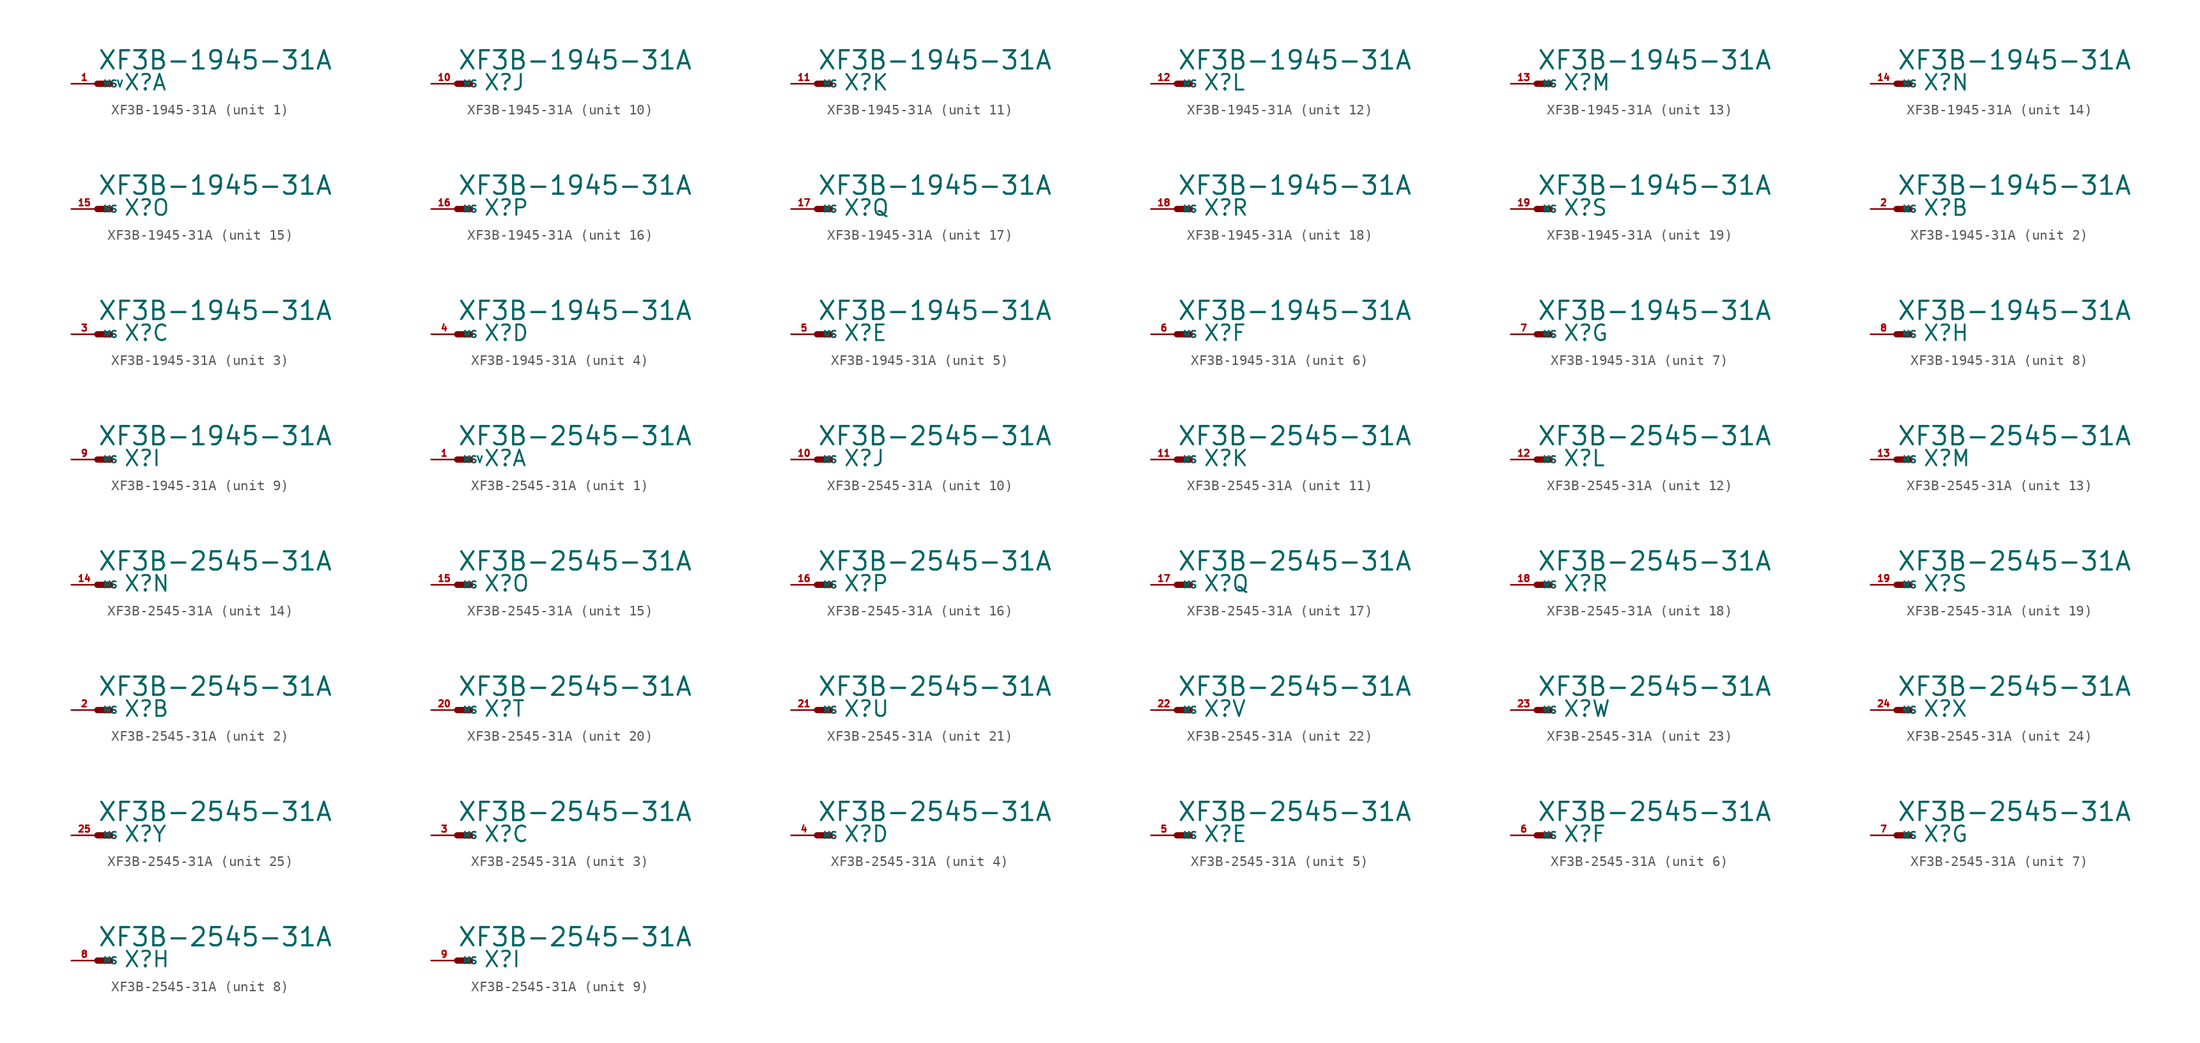
<source format=kicad_sym>
(kicad_symbol_lib
  (version 20220914)
  (generator Eagle2Kicad)
  (symbol "XF3B-1945-31A"
    (property "Reference" "X"
      (at 2.54 -0.762 0)
      (effects (font (size 1.524 1.524) (thickness 0.19)) (justify left bottom)))
    (property "Value" "XF3B-1945-31A"
      (at 0 1.27 0)
      (effects (font (size 1.778 1.778) (thickness 0.22)) (justify left bottom)))
    (symbol "XF3B-1945-31A_1_0"
      (polyline (pts (xy 0 0) (xy 1.27 0)) (stroke (width 0.61) (type default)) (fill (type none)))
      (pin passive line (at -2.54 0 0) (length 2.54) (name "MSV" (effects (font (size 0.635 0.635) (thickness 0.08)) (justify left bottom))) (number "1" (effects (font (size 0.635 0.635) (thickness 0.08)) (justify left bottom)))))
    (symbol "XF3B-1945-31A_2_0"
      (polyline (pts (xy 0 0) (xy 1.27 0)) (stroke (width 0.61) (type default)) (fill (type none)))
      (pin passive line (at -2.54 0 0) (length 2.54) (name "MS" (effects (font (size 0.635 0.635) (thickness 0.08)) (justify left bottom))) (number "2" (effects (font (size 0.635 0.635) (thickness 0.08)) (justify left bottom)))))
    (symbol "XF3B-1945-31A_3_0"
      (polyline (pts (xy 0 0) (xy 1.27 0)) (stroke (width 0.61) (type default)) (fill (type none)))
      (pin passive line (at -2.54 0 0) (length 2.54) (name "MS" (effects (font (size 0.635 0.635) (thickness 0.08)) (justify left bottom))) (number "3" (effects (font (size 0.635 0.635) (thickness 0.08)) (justify left bottom)))))
    (symbol "XF3B-1945-31A_4_0"
      (polyline (pts (xy 0 0) (xy 1.27 0)) (stroke (width 0.61) (type default)) (fill (type none)))
      (pin passive line (at -2.54 0 0) (length 2.54) (name "MS" (effects (font (size 0.635 0.635) (thickness 0.08)) (justify left bottom))) (number "4" (effects (font (size 0.635 0.635) (thickness 0.08)) (justify left bottom)))))
    (symbol "XF3B-1945-31A_5_0"
      (polyline (pts (xy 0 0) (xy 1.27 0)) (stroke (width 0.61) (type default)) (fill (type none)))
      (pin passive line (at -2.54 0 0) (length 2.54) (name "MS" (effects (font (size 0.635 0.635) (thickness 0.08)) (justify left bottom))) (number "5" (effects (font (size 0.635 0.635) (thickness 0.08)) (justify left bottom)))))
    (symbol "XF3B-1945-31A_6_0"
      (polyline (pts (xy 0 0) (xy 1.27 0)) (stroke (width 0.61) (type default)) (fill (type none)))
      (pin passive line (at -2.54 0 0) (length 2.54) (name "MS" (effects (font (size 0.635 0.635) (thickness 0.08)) (justify left bottom))) (number "6" (effects (font (size 0.635 0.635) (thickness 0.08)) (justify left bottom)))))
    (symbol "XF3B-1945-31A_7_0"
      (polyline (pts (xy 0 0) (xy 1.27 0)) (stroke (width 0.61) (type default)) (fill (type none)))
      (pin passive line (at -2.54 0 0) (length 2.54) (name "MS" (effects (font (size 0.635 0.635) (thickness 0.08)) (justify left bottom))) (number "7" (effects (font (size 0.635 0.635) (thickness 0.08)) (justify left bottom)))))
    (symbol "XF3B-1945-31A_8_0"
      (polyline (pts (xy 0 0) (xy 1.27 0)) (stroke (width 0.61) (type default)) (fill (type none)))
      (pin passive line (at -2.54 0 0) (length 2.54) (name "MS" (effects (font (size 0.635 0.635) (thickness 0.08)) (justify left bottom))) (number "8" (effects (font (size 0.635 0.635) (thickness 0.08)) (justify left bottom)))))
    (symbol "XF3B-1945-31A_9_0"
      (polyline (pts (xy 0 0) (xy 1.27 0)) (stroke (width 0.61) (type default)) (fill (type none)))
      (pin passive line (at -2.54 0 0) (length 2.54) (name "MS" (effects (font (size 0.635 0.635) (thickness 0.08)) (justify left bottom))) (number "9" (effects (font (size 0.635 0.635) (thickness 0.08)) (justify left bottom)))))
    (symbol "XF3B-1945-31A_10_0"
      (polyline (pts (xy 0 0) (xy 1.27 0)) (stroke (width 0.61) (type default)) (fill (type none)))
      (pin passive line (at -2.54 0 0) (length 2.54) (name "MS" (effects (font (size 0.635 0.635) (thickness 0.08)) (justify left bottom))) (number "10" (effects (font (size 0.635 0.635) (thickness 0.08)) (justify left bottom)))))
    (symbol "XF3B-1945-31A_11_0"
      (polyline (pts (xy 0 0) (xy 1.27 0)) (stroke (width 0.61) (type default)) (fill (type none)))
      (pin passive line (at -2.54 0 0) (length 2.54) (name "MS" (effects (font (size 0.635 0.635) (thickness 0.08)) (justify left bottom))) (number "11" (effects (font (size 0.635 0.635) (thickness 0.08)) (justify left bottom)))))
    (symbol "XF3B-1945-31A_12_0"
      (polyline (pts (xy 0 0) (xy 1.27 0)) (stroke (width 0.61) (type default)) (fill (type none)))
      (pin passive line (at -2.54 0 0) (length 2.54) (name "MS" (effects (font (size 0.635 0.635) (thickness 0.08)) (justify left bottom))) (number "12" (effects (font (size 0.635 0.635) (thickness 0.08)) (justify left bottom)))))
    (symbol "XF3B-1945-31A_13_0"
      (polyline (pts (xy 0 0) (xy 1.27 0)) (stroke (width 0.61) (type default)) (fill (type none)))
      (pin passive line (at -2.54 0 0) (length 2.54) (name "MS" (effects (font (size 0.635 0.635) (thickness 0.08)) (justify left bottom))) (number "13" (effects (font (size 0.635 0.635) (thickness 0.08)) (justify left bottom)))))
    (symbol "XF3B-1945-31A_14_0"
      (polyline (pts (xy 0 0) (xy 1.27 0)) (stroke (width 0.61) (type default)) (fill (type none)))
      (pin passive line (at -2.54 0 0) (length 2.54) (name "MS" (effects (font (size 0.635 0.635) (thickness 0.08)) (justify left bottom))) (number "14" (effects (font (size 0.635 0.635) (thickness 0.08)) (justify left bottom)))))
    (symbol "XF3B-1945-31A_15_0"
      (polyline (pts (xy 0 0) (xy 1.27 0)) (stroke (width 0.61) (type default)) (fill (type none)))
      (pin passive line (at -2.54 0 0) (length 2.54) (name "MS" (effects (font (size 0.635 0.635) (thickness 0.08)) (justify left bottom))) (number "15" (effects (font (size 0.635 0.635) (thickness 0.08)) (justify left bottom)))))
    (symbol "XF3B-1945-31A_16_0"
      (polyline (pts (xy 0 0) (xy 1.27 0)) (stroke (width 0.61) (type default)) (fill (type none)))
      (pin passive line (at -2.54 0 0) (length 2.54) (name "MS" (effects (font (size 0.635 0.635) (thickness 0.08)) (justify left bottom))) (number "16" (effects (font (size 0.635 0.635) (thickness 0.08)) (justify left bottom)))))
    (symbol "XF3B-1945-31A_17_0"
      (polyline (pts (xy 0 0) (xy 1.27 0)) (stroke (width 0.61) (type default)) (fill (type none)))
      (pin passive line (at -2.54 0 0) (length 2.54) (name "MS" (effects (font (size 0.635 0.635) (thickness 0.08)) (justify left bottom))) (number "17" (effects (font (size 0.635 0.635) (thickness 0.08)) (justify left bottom)))))
    (symbol "XF3B-1945-31A_18_0"
      (polyline (pts (xy 0 0) (xy 1.27 0)) (stroke (width 0.61) (type default)) (fill (type none)))
      (pin passive line (at -2.54 0 0) (length 2.54) (name "MS" (effects (font (size 0.635 0.635) (thickness 0.08)) (justify left bottom))) (number "18" (effects (font (size 0.635 0.635) (thickness 0.08)) (justify left bottom)))))
    (symbol "XF3B-1945-31A_19_0"
      (polyline (pts (xy 0 0) (xy 1.27 0)) (stroke (width 0.61) (type default)) (fill (type none)))
      (pin passive line (at -2.54 0 0) (length 2.54) (name "MS" (effects (font (size 0.635 0.635) (thickness 0.08)) (justify left bottom))) (number "19" (effects (font (size 0.635 0.635) (thickness 0.08)) (justify left bottom))))))
  (symbol "XF3B-2545-31A"
    (property "Reference" "X"
      (at 2.54 -0.762 0)
      (effects (font (size 1.524 1.524) (thickness 0.19)) (justify left bottom)))
    (property "Value" "XF3B-2545-31A"
      (at 0 1.27 0)
      (effects (font (size 1.778 1.778) (thickness 0.22)) (justify left bottom)))
    (symbol "XF3B-2545-31A_1_0"
      (polyline (pts (xy 0 0) (xy 1.27 0)) (stroke (width 0.61) (type default)) (fill (type none)))
      (pin passive line (at -2.54 0 0) (length 2.54) (name "MSV" (effects (font (size 0.635 0.635) (thickness 0.08)) (justify left bottom))) (number "1" (effects (font (size 0.635 0.635) (thickness 0.08)) (justify left bottom)))))
    (symbol "XF3B-2545-31A_2_0"
      (polyline (pts (xy 0 0) (xy 1.27 0)) (stroke (width 0.61) (type default)) (fill (type none)))
      (pin passive line (at -2.54 0 0) (length 2.54) (name "MS" (effects (font (size 0.635 0.635) (thickness 0.08)) (justify left bottom))) (number "2" (effects (font (size 0.635 0.635) (thickness 0.08)) (justify left bottom)))))
    (symbol "XF3B-2545-31A_3_0"
      (polyline (pts (xy 0 0) (xy 1.27 0)) (stroke (width 0.61) (type default)) (fill (type none)))
      (pin passive line (at -2.54 0 0) (length 2.54) (name "MS" (effects (font (size 0.635 0.635) (thickness 0.08)) (justify left bottom))) (number "3" (effects (font (size 0.635 0.635) (thickness 0.08)) (justify left bottom)))))
    (symbol "XF3B-2545-31A_4_0"
      (polyline (pts (xy 0 0) (xy 1.27 0)) (stroke (width 0.61) (type default)) (fill (type none)))
      (pin passive line (at -2.54 0 0) (length 2.54) (name "MS" (effects (font (size 0.635 0.635) (thickness 0.08)) (justify left bottom))) (number "4" (effects (font (size 0.635 0.635) (thickness 0.08)) (justify left bottom)))))
    (symbol "XF3B-2545-31A_5_0"
      (polyline (pts (xy 0 0) (xy 1.27 0)) (stroke (width 0.61) (type default)) (fill (type none)))
      (pin passive line (at -2.54 0 0) (length 2.54) (name "MS" (effects (font (size 0.635 0.635) (thickness 0.08)) (justify left bottom))) (number "5" (effects (font (size 0.635 0.635) (thickness 0.08)) (justify left bottom)))))
    (symbol "XF3B-2545-31A_6_0"
      (polyline (pts (xy 0 0) (xy 1.27 0)) (stroke (width 0.61) (type default)) (fill (type none)))
      (pin passive line (at -2.54 0 0) (length 2.54) (name "MS" (effects (font (size 0.635 0.635) (thickness 0.08)) (justify left bottom))) (number "6" (effects (font (size 0.635 0.635) (thickness 0.08)) (justify left bottom)))))
    (symbol "XF3B-2545-31A_7_0"
      (polyline (pts (xy 0 0) (xy 1.27 0)) (stroke (width 0.61) (type default)) (fill (type none)))
      (pin passive line (at -2.54 0 0) (length 2.54) (name "MS" (effects (font (size 0.635 0.635) (thickness 0.08)) (justify left bottom))) (number "7" (effects (font (size 0.635 0.635) (thickness 0.08)) (justify left bottom)))))
    (symbol "XF3B-2545-31A_8_0"
      (polyline (pts (xy 0 0) (xy 1.27 0)) (stroke (width 0.61) (type default)) (fill (type none)))
      (pin passive line (at -2.54 0 0) (length 2.54) (name "MS" (effects (font (size 0.635 0.635) (thickness 0.08)) (justify left bottom))) (number "8" (effects (font (size 0.635 0.635) (thickness 0.08)) (justify left bottom)))))
    (symbol "XF3B-2545-31A_9_0"
      (polyline (pts (xy 0 0) (xy 1.27 0)) (stroke (width 0.61) (type default)) (fill (type none)))
      (pin passive line (at -2.54 0 0) (length 2.54) (name "MS" (effects (font (size 0.635 0.635) (thickness 0.08)) (justify left bottom))) (number "9" (effects (font (size 0.635 0.635) (thickness 0.08)) (justify left bottom)))))
    (symbol "XF3B-2545-31A_10_0"
      (polyline (pts (xy 0 0) (xy 1.27 0)) (stroke (width 0.61) (type default)) (fill (type none)))
      (pin passive line (at -2.54 0 0) (length 2.54) (name "MS" (effects (font (size 0.635 0.635) (thickness 0.08)) (justify left bottom))) (number "10" (effects (font (size 0.635 0.635) (thickness 0.08)) (justify left bottom)))))
    (symbol "XF3B-2545-31A_11_0"
      (polyline (pts (xy 0 0) (xy 1.27 0)) (stroke (width 0.61) (type default)) (fill (type none)))
      (pin passive line (at -2.54 0 0) (length 2.54) (name "MS" (effects (font (size 0.635 0.635) (thickness 0.08)) (justify left bottom))) (number "11" (effects (font (size 0.635 0.635) (thickness 0.08)) (justify left bottom)))))
    (symbol "XF3B-2545-31A_12_0"
      (polyline (pts (xy 0 0) (xy 1.27 0)) (stroke (width 0.61) (type default)) (fill (type none)))
      (pin passive line (at -2.54 0 0) (length 2.54) (name "MS" (effects (font (size 0.635 0.635) (thickness 0.08)) (justify left bottom))) (number "12" (effects (font (size 0.635 0.635) (thickness 0.08)) (justify left bottom)))))
    (symbol "XF3B-2545-31A_13_0"
      (polyline (pts (xy 0 0) (xy 1.27 0)) (stroke (width 0.61) (type default)) (fill (type none)))
      (pin passive line (at -2.54 0 0) (length 2.54) (name "MS" (effects (font (size 0.635 0.635) (thickness 0.08)) (justify left bottom))) (number "13" (effects (font (size 0.635 0.635) (thickness 0.08)) (justify left bottom)))))
    (symbol "XF3B-2545-31A_14_0"
      (polyline (pts (xy 0 0) (xy 1.27 0)) (stroke (width 0.61) (type default)) (fill (type none)))
      (pin passive line (at -2.54 0 0) (length 2.54) (name "MS" (effects (font (size 0.635 0.635) (thickness 0.08)) (justify left bottom))) (number "14" (effects (font (size 0.635 0.635) (thickness 0.08)) (justify left bottom)))))
    (symbol "XF3B-2545-31A_15_0"
      (polyline (pts (xy 0 0) (xy 1.27 0)) (stroke (width 0.61) (type default)) (fill (type none)))
      (pin passive line (at -2.54 0 0) (length 2.54) (name "MS" (effects (font (size 0.635 0.635) (thickness 0.08)) (justify left bottom))) (number "15" (effects (font (size 0.635 0.635) (thickness 0.08)) (justify left bottom)))))
    (symbol "XF3B-2545-31A_16_0"
      (polyline (pts (xy 0 0) (xy 1.27 0)) (stroke (width 0.61) (type default)) (fill (type none)))
      (pin passive line (at -2.54 0 0) (length 2.54) (name "MS" (effects (font (size 0.635 0.635) (thickness 0.08)) (justify left bottom))) (number "16" (effects (font (size 0.635 0.635) (thickness 0.08)) (justify left bottom)))))
    (symbol "XF3B-2545-31A_17_0"
      (polyline (pts (xy 0 0) (xy 1.27 0)) (stroke (width 0.61) (type default)) (fill (type none)))
      (pin passive line (at -2.54 0 0) (length 2.54) (name "MS" (effects (font (size 0.635 0.635) (thickness 0.08)) (justify left bottom))) (number "17" (effects (font (size 0.635 0.635) (thickness 0.08)) (justify left bottom)))))
    (symbol "XF3B-2545-31A_18_0"
      (polyline (pts (xy 0 0) (xy 1.27 0)) (stroke (width 0.61) (type default)) (fill (type none)))
      (pin passive line (at -2.54 0 0) (length 2.54) (name "MS" (effects (font (size 0.635 0.635) (thickness 0.08)) (justify left bottom))) (number "18" (effects (font (size 0.635 0.635) (thickness 0.08)) (justify left bottom)))))
    (symbol "XF3B-2545-31A_19_0"
      (polyline (pts (xy 0 0) (xy 1.27 0)) (stroke (width 0.61) (type default)) (fill (type none)))
      (pin passive line (at -2.54 0 0) (length 2.54) (name "MS" (effects (font (size 0.635 0.635) (thickness 0.08)) (justify left bottom))) (number "19" (effects (font (size 0.635 0.635) (thickness 0.08)) (justify left bottom)))))
    (symbol "XF3B-2545-31A_20_0"
      (polyline (pts (xy 0 0) (xy 1.27 0)) (stroke (width 0.61) (type default)) (fill (type none)))
      (pin passive line (at -2.54 0 0) (length 2.54) (name "MS" (effects (font (size 0.635 0.635) (thickness 0.08)) (justify left bottom))) (number "20" (effects (font (size 0.635 0.635) (thickness 0.08)) (justify left bottom)))))
    (symbol "XF3B-2545-31A_21_0"
      (polyline (pts (xy 0 0) (xy 1.27 0)) (stroke (width 0.61) (type default)) (fill (type none)))
      (pin passive line (at -2.54 0 0) (length 2.54) (name "MS" (effects (font (size 0.635 0.635) (thickness 0.08)) (justify left bottom))) (number "21" (effects (font (size 0.635 0.635) (thickness 0.08)) (justify left bottom)))))
    (symbol "XF3B-2545-31A_22_0"
      (polyline (pts (xy 0 0) (xy 1.27 0)) (stroke (width 0.61) (type default)) (fill (type none)))
      (pin passive line (at -2.54 0 0) (length 2.54) (name "MS" (effects (font (size 0.635 0.635) (thickness 0.08)) (justify left bottom))) (number "22" (effects (font (size 0.635 0.635) (thickness 0.08)) (justify left bottom)))))
    (symbol "XF3B-2545-31A_23_0"
      (polyline (pts (xy 0 0) (xy 1.27 0)) (stroke (width 0.61) (type default)) (fill (type none)))
      (pin passive line (at -2.54 0 0) (length 2.54) (name "MS" (effects (font (size 0.635 0.635) (thickness 0.08)) (justify left bottom))) (number "23" (effects (font (size 0.635 0.635) (thickness 0.08)) (justify left bottom)))))
    (symbol "XF3B-2545-31A_24_0"
      (polyline (pts (xy 0 0) (xy 1.27 0)) (stroke (width 0.61) (type default)) (fill (type none)))
      (pin passive line (at -2.54 0 0) (length 2.54) (name "MS" (effects (font (size 0.635 0.635) (thickness 0.08)) (justify left bottom))) (number "24" (effects (font (size 0.635 0.635) (thickness 0.08)) (justify left bottom)))))
    (symbol "XF3B-2545-31A_25_0"
      (polyline (pts (xy 0 0) (xy 1.27 0)) (stroke (width 0.61) (type default)) (fill (type none)))
      (pin passive line (at -2.54 0 0) (length 2.54) (name "MS" (effects (font (size 0.635 0.635) (thickness 0.08)) (justify left bottom))) (number "25" (effects (font (size 0.635 0.635) (thickness 0.08)) (justify left bottom)))))))
</source>
